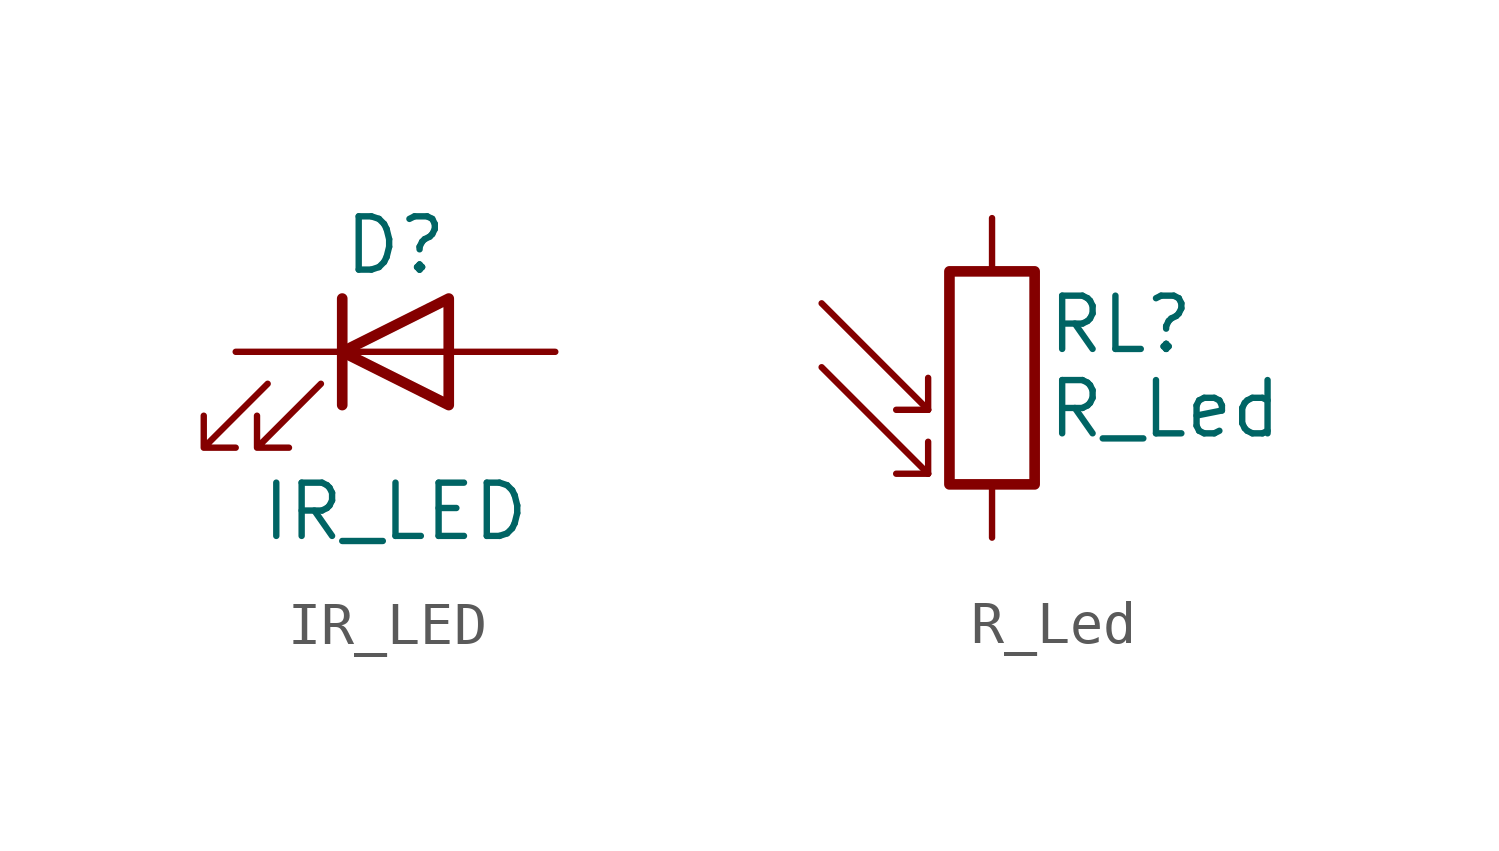
<source format=kicad_sym>
(kicad_symbol_lib
  (version 20211014)
  (generator kicad_symbol_editor)
  (symbol "IR_LED"
    (pin_numbers hide)
    (pin_names
      (offset 1.016) hide)
    (property "Reference" "D"
      (at 0 2.54 0)
      (effects (font (size 1.27 1.27))))
    (property "Value" "IR_LED"
      (at 0 -3.81 0)
      (effects (font (size 1.27 1.27))))
    (symbol "IR_LED_0_1"
      (polyline (pts (xy -1.27 -1.27) (xy -1.27 1.27)) (stroke (width 0.254) (type default) (color 0 0 0 0)) (fill (type none)))
      (polyline (pts (xy -1.27 0) (xy 1.27 0)) (stroke (width 0) (type default) (color 0 0 0 0)) (fill (type none)))
      (polyline (pts (xy 1.27 -1.27) (xy 1.27 1.27) (xy -1.27 0) (xy 1.27 -1.27)) (stroke (width 0.254) (type default) (color 0 0 0 0)) (fill (type none)))
      (polyline (pts (xy -3.048 -0.762) (xy -4.572 -2.286) (xy -3.81 -2.286) (xy -4.572 -2.286) (xy -4.572 -1.524)) (stroke (width 0) (type default) (color 0 0 0 0)) (fill (type none)))
      (polyline (pts (xy -1.778 -0.762) (xy -3.302 -2.286) (xy -2.54 -2.286) (xy -3.302 -2.286) (xy -3.302 -1.524)) (stroke (width 0) (type default) (color 0 0 0 0)) (fill (type none))))
    (symbol "IR_LED_1_1"
      (pin passive line (at -3.81 0 0) (length 2.54) (name "K" (effects (font (size 1.27 1.27)))) (number "1" (effects (font (size 1.27 1.27)))))
      (pin passive line (at 3.81 0 180) (length 2.54) (name "A" (effects (font (size 1.27 1.27)))) (number "2" (effects (font (size 1.27 1.27)))))))
  (symbol "R_Led"
    (pin_numbers hide)
    (pin_names
      (offset 0))
    (property "Reference" "RL"
      (at 1.27 1.27 0)
      (effects (font (size 1.27 1.27)) (justify left)))
    (property "Value" "R_Led"
      (at 1.27 0 0)
      (effects (font (size 1.27 1.27)) (justify left top)))
    (symbol "R_Led_0_1"
      (rectangle (start -1.016 2.54) (end 1.016 -2.54) (stroke (width 0.254) (type default) (color 0 0 0 0)) (fill (type none)))
      (polyline (pts (xy -1.524 -2.286) (xy -4.064 0.254)) (stroke (width 0) (type default) (color 0 0 0 0)) (fill (type none)))
      (polyline (pts (xy -1.524 -2.286) (xy -2.286 -2.286)) (stroke (width 0) (type default) (color 0 0 0 0)) (fill (type none)))
      (polyline (pts (xy -1.524 -2.286) (xy -1.524 -1.524)) (stroke (width 0) (type default) (color 0 0 0 0)) (fill (type none)))
      (polyline (pts (xy -1.524 -0.762) (xy -4.064 1.778)) (stroke (width 0) (type default) (color 0 0 0 0)) (fill (type none)))
      (polyline (pts (xy -1.524 -0.762) (xy -2.286 -0.762)) (stroke (width 0) (type default) (color 0 0 0 0)) (fill (type none)))
      (polyline (pts (xy -1.524 -0.762) (xy -1.524 0)) (stroke (width 0) (type default) (color 0 0 0 0)) (fill (type none))))
    (symbol "R_Led_1_1"
      (pin passive line (at 0 3.81 270) (length 1.27) (name "~" (effects (font (size 1.27 1.27)))) (number "1" (effects (font (size 1.27 1.27)))))
      (pin passive line (at 0 -3.81 90) (length 1.27) (name "~" (effects (font (size 1.27 1.27)))) (number "2" (effects (font (size 1.27 1.27))))))))
</source>
